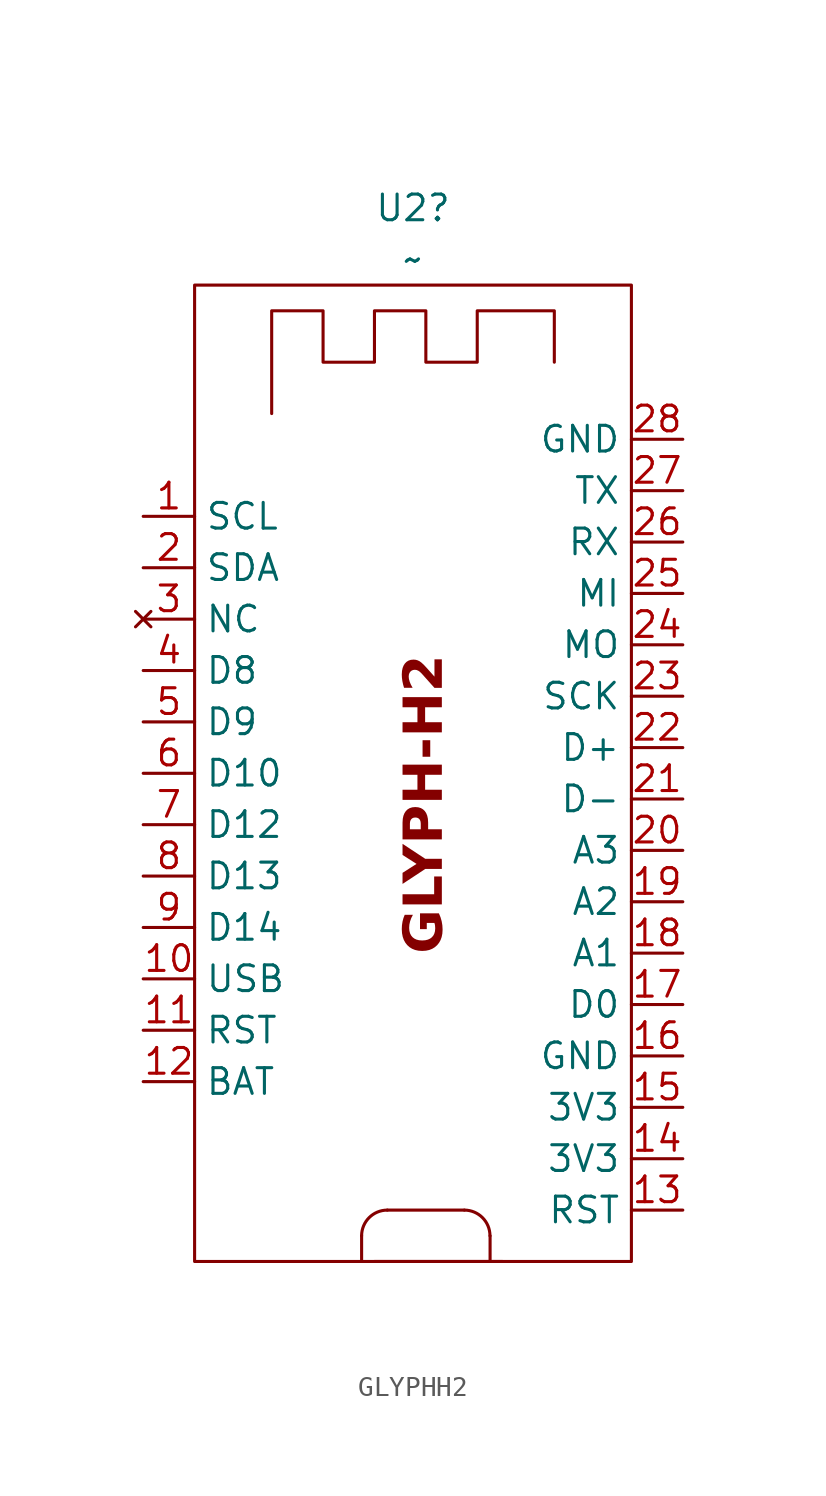
<source format=kicad_sym>
(kicad_symbol_lib
  (version 20241209)
  (generator "kicad_symbol_editor")
  (generator_version "9.0")
  (symbol "GLYPHH2"
    (property "Reference" "U2"
      (at -0.635 29.21 0)
      (effects (font (size 1.27 1.27))))
    (property "Value" "~"
      (at -0.635 26.67 0)
      (effects (font (size 1.27 1.27))))
    (symbol "GLYPHH2_0_1"
      (rectangle (start -11.43 25.4) (end 10.16 -22.86) (stroke (width 0) (type default)) (fill (type none)))
      (polyline (pts (xy -7.62 19.05) (xy -7.62 24.13) (xy -5.08 24.13) (xy -5.08 21.59) (xy -2.54 21.59) (xy -2.54 24.13) (xy 0 24.13) (xy 0 21.59) (xy 2.54 21.59) (xy 2.54 24.13) (xy 6.35 24.13) (xy 6.35 21.59)) (stroke (width 0) (type default)) (fill (type none)))
      (polyline (pts (xy -3.175 -21.59) (xy -3.175 -22.86)) (stroke (width 0) (type default)) (fill (type none)))
      (polyline (pts (xy -2.54 -22.86) (xy 3.81 -22.86)) (stroke (width 0) (type default)) (fill (type none)))
      (arc (start -3.175 -21.59) (mid -2.803 -20.692) (end -1.905 -20.32) (stroke (width 0) (type default)) (fill (type none)))
      (polyline (pts (xy 1.905 -20.32) (xy -1.905 -20.32)) (stroke (width 0) (type default)) (fill (type none)))
      (arc (start 1.9051 -20.3199) (mid 2.8031 -20.6919) (end 3.1751 -21.5899) (stroke (width 0) (type default)) (fill (type none)))
      (polyline (pts (xy 3.175 -21.59) (xy 3.175 -22.86)) (stroke (width 0) (type default)) (fill (type none)))
      (rectangle (start 3.81 -22.86) (end 3.81 -22.86) (stroke (width 0) (type default)) (fill (type none))))
    (symbol "GLYPHH2_1_0"
      (pin power_in line (at -13.97 -8.89 0) (length 2.54) (name "USB" (effects (font (size 1.27 1.27)))) (number "10" (effects (font (size 1.27 1.27)))))
      (pin passive line (at -13.97 -11.43 0) (length 2.54) (name "RST" (effects (font (size 1.27 1.27)))) (number "11" (effects (font (size 1.27 1.27)))))
      (pin power_in line (at -13.97 -13.97 0) (length 2.54) (name "BAT" (effects (font (size 1.27 1.27)))) (number "12" (effects (font (size 1.27 1.27)))))
      (pin power_in line (at 12.7 17.78 180) (length 2.54) (name "GND" (effects (font (size 1.27 1.27)))) (number "28" (effects (font (size 1.27 1.27)))))
      (pin bidirectional line (at 12.7 15.24 180) (length 2.54) (name "TX" (effects (font (size 1.27 1.27)))) (number "27" (effects (font (size 1.27 1.27)))))
      (pin bidirectional line (at 12.7 12.7 180) (length 2.54) (name "RX" (effects (font (size 1.27 1.27)))) (number "26" (effects (font (size 1.27 1.27)))))
      (pin bidirectional line (at 12.7 10.16 180) (length 2.54) (name "MI" (effects (font (size 1.27 1.27)))) (number "25" (effects (font (size 1.27 1.27)))))
      (pin bidirectional line (at 12.7 7.62 180) (length 2.54) (name "MO" (effects (font (size 1.27 1.27)))) (number "24" (effects (font (size 1.27 1.27)))))
      (pin bidirectional line (at 12.7 5.08 180) (length 2.54) (name "SCK" (effects (font (size 1.27 1.27)))) (number "23" (effects (font (size 1.27 1.27)))))
      (pin bidirectional line (at 12.7 2.54 180) (length 2.54) (name "D+" (effects (font (size 1.27 1.27)))) (number "22" (effects (font (size 1.27 1.27)))))
      (pin bidirectional line (at 12.7 0 180) (length 2.54) (name "D-" (effects (font (size 1.27 1.27)))) (number "21" (effects (font (size 1.27 1.27)))))
      (pin bidirectional line (at 12.7 -2.54 180) (length 2.54) (name "A3" (effects (font (size 1.27 1.27)))) (number "20" (effects (font (size 1.27 1.27)))))
      (pin bidirectional line (at 12.7 -5.08 180) (length 2.54) (name "A2" (effects (font (size 1.27 1.27)))) (number "19" (effects (font (size 1.27 1.27)))))
      (pin bidirectional line (at 12.7 -7.62 180) (length 2.54) (name "A1" (effects (font (size 1.27 1.27)))) (number "18" (effects (font (size 1.27 1.27)))))
      (pin bidirectional line (at 12.7 -10.16 180) (length 2.54) (name "D0" (effects (font (size 1.27 1.27)))) (number "17" (effects (font (size 1.27 1.27)))))
      (pin power_in line (at 12.7 -12.7 180) (length 2.54) (name "GND" (effects (font (size 1.27 1.27)))) (number "16" (effects (font (size 1.27 1.27)))))
      (pin power_in line (at 12.7 -15.24 180) (length 2.54) (name "3V3" (effects (font (size 1.27 1.27)))) (number "15" (effects (font (size 1.27 1.27)))))
      (pin power_in line (at 12.7 -17.78 180) (length 2.54) (name "3V3" (effects (font (size 1.27 1.27)))) (number "14" (effects (font (size 1.27 1.27)))))
      (pin passive line (at 12.7 -20.32 180) (length 2.54) (name "RST" (effects (font (size 1.27 1.27)))) (number "13" (effects (font (size 1.27 1.27))))))
    (symbol "GLYPHH2_1_1"
      (text "GLYPH-H2" (at 0 -0.254 900) (effects (font (face "Lexend") (size 1.905 1.905) (bold yes))))
      (pin bidirectional line (at -13.97 13.97 0) (length 2.54) (name "SCL" (effects (font (size 1.27 1.27)))) (number "1" (effects (font (size 1.27 1.27)))))
      (pin bidirectional line (at -13.97 11.43 0) (length 2.54) (name "SDA" (effects (font (size 1.27 1.27)))) (number "2" (effects (font (size 1.27 1.27)))))
      (pin no_connect line (at -13.97 8.89 0) (length 2.54) (name "NC" (effects (font (size 1.27 1.27)))) (number "3" (effects (font (size 1.27 1.27)))))
      (pin bidirectional line (at -13.97 6.35 0) (length 2.54) (name "D8" (effects (font (size 1.27 1.27)))) (number "4" (effects (font (size 1.27 1.27)))))
      (pin bidirectional line (at -13.97 3.81 0) (length 2.54) (name "D9" (effects (font (size 1.27 1.27)))) (number "5" (effects (font (size 1.27 1.27)))))
      (pin bidirectional line (at -13.97 1.27 0) (length 2.54) (name "D10" (effects (font (size 1.27 1.27)))) (number "6" (effects (font (size 1.27 1.27)))))
      (pin bidirectional line (at -13.97 -1.27 0) (length 2.54) (name "D12" (effects (font (size 1.27 1.27)))) (number "7" (effects (font (size 1.27 1.27)))))
      (pin bidirectional line (at -13.97 -3.81 0) (length 2.54) (name "D13" (effects (font (size 1.27 1.27)))) (number "8" (effects (font (size 1.27 1.27)))))
      (pin bidirectional line (at -13.97 -6.35 0) (length 2.54) (name "D14" (effects (font (size 1.27 1.27)))) (number "9" (effects (font (size 1.27 1.27))))))))
</source>
